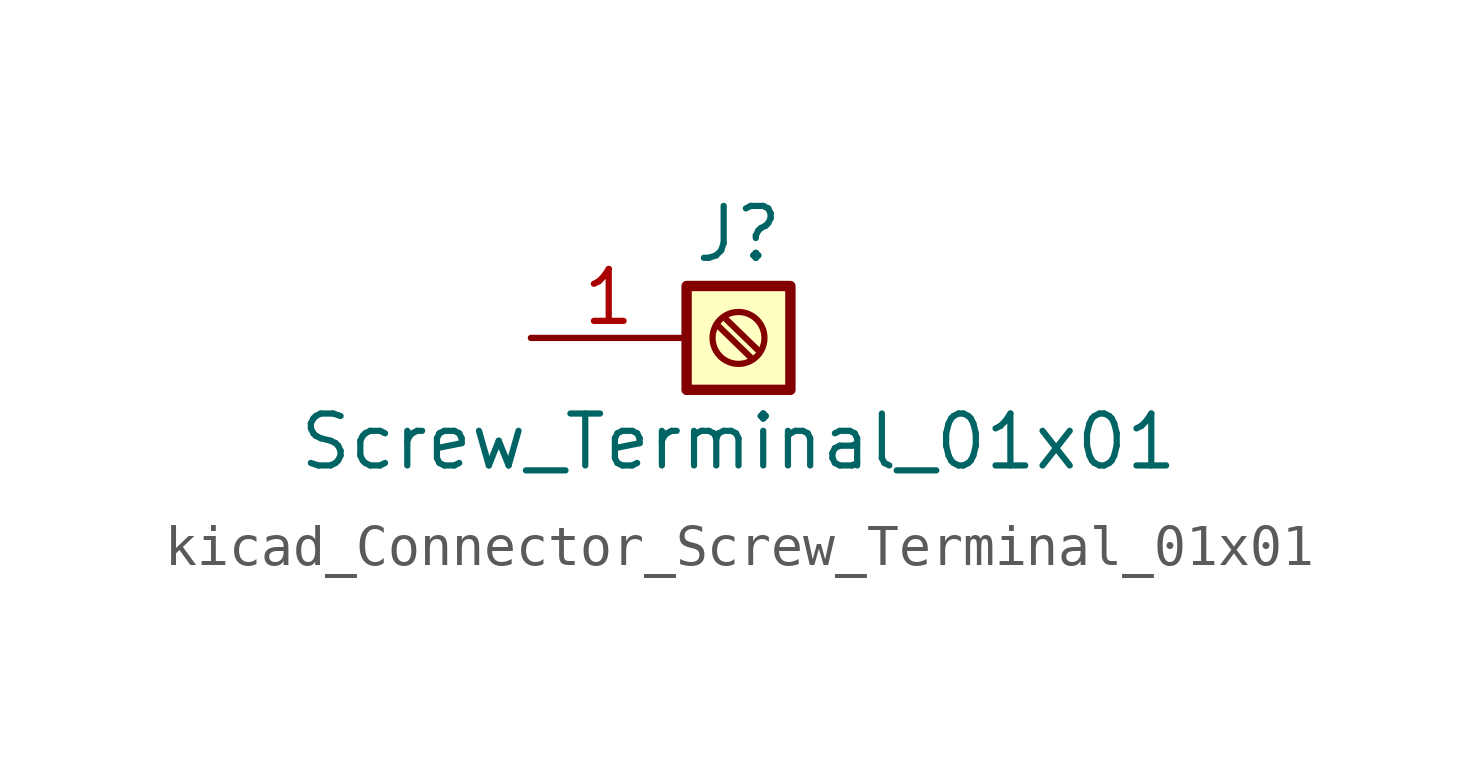
<source format=kicad_sym>
(kicad_symbol_lib
  (version 20220914)
  (generator kicad_symbol_editor)
  (symbol "kicad_Connector_Screw_Terminal_01x01"
    (pin_names
      (offset 1.016) hide)
    (property "Reference" "J"
      (at 0 2.54 0)
      (effects (font (size 1.27 1.27))))
    (property "Value" "Screw_Terminal_01x01"
      (at 0 -2.54 0)
      (effects (font (size 1.27 1.27))))
    (symbol "kicad_Connector_Screw_Terminal_01x01_1_1"
      (rectangle (start -1.27 1.27) (end 1.27 -1.27) (stroke (width 0.254) (type default)) (fill (type background)))
      (polyline (pts (xy -0.533 0.33) (xy 0.33 -0.508)) (stroke (width 0.152) (type default)) (fill (type none)))
      (polyline (pts (xy -0.356 0.508) (xy 0.508 -0.33)) (stroke (width 0.152) (type default)) (fill (type none)))
      (circle (center 0 0) (radius 0.635) (stroke (width 0.152) (type default)) (fill (type none)))
      (pin passive line (at -5.08 0 0) (length 3.81) (name "Pin_1" (effects (font (size 1.27 1.27)))) (number "1" (effects (font (size 1.27 1.27))))))))
</source>
